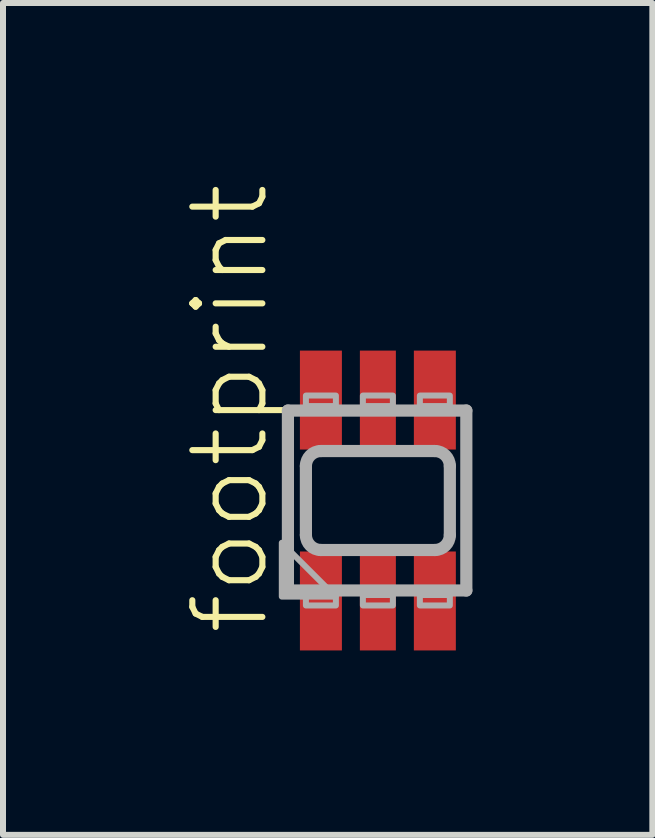
<source format=kicad_pcb>
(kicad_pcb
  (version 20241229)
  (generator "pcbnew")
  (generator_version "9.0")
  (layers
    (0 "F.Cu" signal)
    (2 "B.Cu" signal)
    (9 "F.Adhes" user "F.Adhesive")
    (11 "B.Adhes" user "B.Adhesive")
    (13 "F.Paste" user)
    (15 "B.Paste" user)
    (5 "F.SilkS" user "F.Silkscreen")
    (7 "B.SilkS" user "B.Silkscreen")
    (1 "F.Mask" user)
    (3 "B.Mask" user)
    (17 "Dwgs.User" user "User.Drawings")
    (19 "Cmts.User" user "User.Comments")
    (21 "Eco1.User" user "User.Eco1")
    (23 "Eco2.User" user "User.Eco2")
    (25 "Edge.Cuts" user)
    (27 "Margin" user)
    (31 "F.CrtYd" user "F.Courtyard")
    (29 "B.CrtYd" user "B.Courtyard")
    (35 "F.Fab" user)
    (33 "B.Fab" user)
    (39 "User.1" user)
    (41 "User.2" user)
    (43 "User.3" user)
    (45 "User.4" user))
  (footprint "footprint"
    (layer "F.Cu")
    (at 3.251 5.296)
    (property "Reference" "footprint" (at -1.778 2.286 90) (layer "F.SilkS") (effects (font (size 1.168 1.168) (thickness 0.102)) (justify left bottom)))
    (fp_poly (pts (xy -1.375 2.575) (xy -0.525 2.575) (xy -0.525 0.775) (xy -1.375 0.775)) (stroke (width 0) (type solid)) (fill yes) (layer "F.Mask"))
    (fp_poly (pts (xy -0.525 -2.575) (xy -1.375 -2.575) (xy -1.375 -0.775) (xy -0.525 -0.775)) (stroke (width 0) (type solid)) (fill yes) (layer "F.Mask"))
    (fp_poly (pts (xy -0.375 2.575) (xy 0.375 2.575) (xy 0.375 0.775) (xy -0.375 0.775)) (stroke (width 0) (type solid)) (fill yes) (layer "F.Mask"))
    (fp_poly (pts (xy 0.375 -2.575) (xy -0.375 -2.575) (xy -0.375 -0.775) (xy 0.375 -0.775)) (stroke (width 0) (type solid)) (fill yes) (layer "F.Mask"))
    (fp_poly (pts (xy 0.525 2.575) (xy 1.375 2.575) (xy 1.375 0.775) (xy 0.525 0.775)) (stroke (width 0) (type solid)) (fill yes) (layer "F.Mask"))
    (fp_poly (pts (xy 1.375 -2.575) (xy 0.525 -2.575) (xy 0.525 -0.775) (xy 1.375 -0.775)) (stroke (width 0) (type solid)) (fill yes) (layer "F.Mask"))
    (fp_line (start -1.5 -1.5) (end -1.5 1.5) (stroke (width 0.203) (type solid)) (layer "F.Fab"))
    (fp_line (start -1.5 1.5) (end 1.475 1.5) (stroke (width 0.203) (type solid)) (layer "F.Fab"))
    (fp_line (start -1.2 -0.575) (end -1.2 0.575) (stroke (width 0.203) (type solid)) (layer "F.Fab"))
    (fp_line (start -0.95 -0.825) (end 0.95 -0.825) (stroke (width 0.203) (type solid)) (layer "F.Fab"))
    (fp_line (start 0.95 0.825) (end -0.95 0.825) (stroke (width 0.203) (type solid)) (layer "F.Fab"))
    (fp_line (start 1.2 -0.575) (end 1.2 0.575) (stroke (width 0.203) (type solid)) (layer "F.Fab"))
    (fp_line (start 1.475 -1.5) (end -1.5 -1.5) (stroke (width 0.203) (type solid)) (layer "F.Fab"))
    (fp_line (start 1.475 1.5) (end 1.475 -1.5) (stroke (width 0.203) (type solid)) (layer "F.Fab"))
    (fp_arc (start -1.2 -0.575) (mid -1.126777 -0.751777) (end -0.95 -0.825) (stroke (width 0.2032) (type solid)) (layer "F.Fab"))
    (fp_arc (start -0.95 0.825) (mid -1.126777 0.751777) (end -1.2 0.575) (stroke (width 0.2032) (type solid)) (layer "F.Fab"))
    (fp_arc (start 0.95 -0.825) (mid 1.126777 -0.751777) (end 1.2 -0.575) (stroke (width 0.2032) (type solid)) (layer "F.Fab"))
    (fp_arc (start 1.2 0.575) (mid 1.126777 0.751777) (end 0.95 0.825) (stroke (width 0.2032) (type solid)) (layer "F.Fab"))
    (fp_poly (pts (xy -0.705 1.602) (xy -1.602 1.602) (xy -1.602 0.705)) (stroke (width 0.1) (type solid)) (fill no) (layer "F.Fab"))
    (fp_poly (pts (xy -1.2 -1.575) (xy -0.7 -1.575) (xy -0.7 -1.75) (xy -1.2 -1.75)) (stroke (width 0.1) (type solid)) (fill no) (layer "F.Fab"))
    (fp_poly (pts (xy -0.7 1.575) (xy -1.2 1.575) (xy -1.2 1.75) (xy -0.7 1.75)) (stroke (width 0.1) (type solid)) (fill no) (layer "F.Fab"))
    (fp_poly (pts (xy -0.25 -1.575) (xy 0.25 -1.575) (xy 0.25 -1.75) (xy -0.25 -1.75)) (stroke (width 0.1) (type solid)) (fill no) (layer "F.Fab"))
    (fp_poly (pts (xy 0.25 1.575) (xy -0.25 1.575) (xy -0.25 1.75) (xy 0.25 1.75)) (stroke (width 0.1) (type solid)) (fill no) (layer "F.Fab"))
    (fp_poly (pts (xy 0.7 -1.575) (xy 1.2 -1.575) (xy 1.2 -1.75) (xy 0.7 -1.75)) (stroke (width 0.1) (type solid)) (fill no) (layer "F.Fab"))
    (fp_poly (pts (xy 1.2 1.575) (xy 0.7 1.575) (xy 0.7 1.75) (xy 1.2 1.75)) (stroke (width 0.1) (type solid)) (fill no) (layer "F.Fab"))
    (pad "1" smd rect (at -0.95 1.675) (size 0.7 1.65) (layers "F.Cu" "F.Paste"))
    (pad "2" smd rect (at 0 1.675) (size 0.6 1.65) (layers "F.Cu" "F.Paste"))
    (pad "3" smd rect (at 0.95 1.675) (size 0.7 1.65) (layers "F.Cu" "F.Paste"))
    (pad "4" smd rect (at 0.95 -1.675 180) (size 0.7 1.65) (layers "F.Cu" "F.Paste"))
    (pad "5" smd rect (at 0 -1.675 180) (size 0.6 1.65) (layers "F.Cu" "F.Paste"))
    (pad "6" smd rect (at -0.95 -1.675 180) (size 0.7 1.65) (layers "F.Cu" "F.Paste")))
  (gr_rect
    (start -3 -3)
    (end 7.828 10.871)
    (stroke (width 0.1) (type default))
    (fill no)
    (layer "Edge.Cuts")))
</source>
